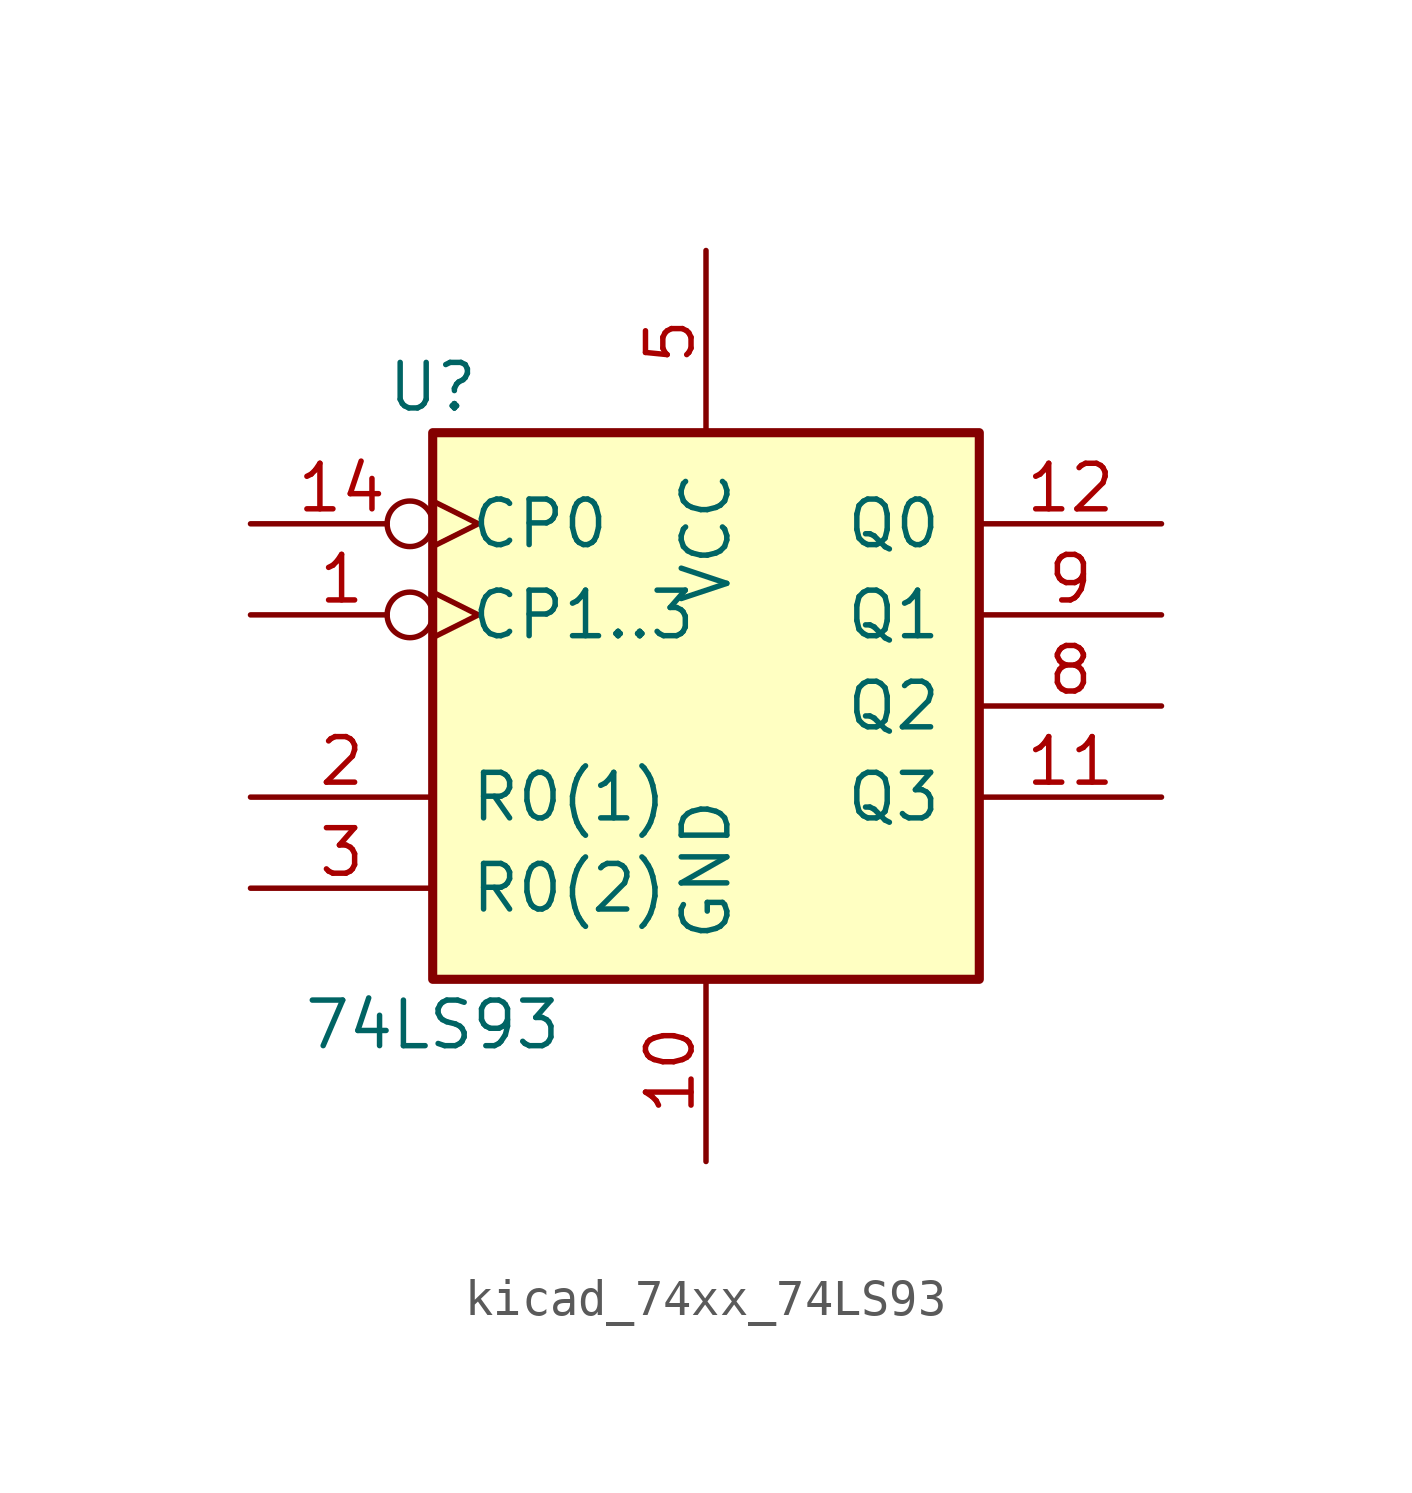
<source format=kicad_sym>
(kicad_symbol_lib
  (version 20220914)
  (generator kicad_symbol_editor)
  (symbol "kicad_74xx_74LS93"
    (pin_names
      (offset 1.016))
    (property "Reference" "U"
      (at -7.62 8.89 0)
      (effects (font (size 1.27 1.27))))
    (property "Value" "74LS93"
      (at -7.62 -8.89 0)
      (effects (font (size 1.27 1.27))))
    (property "ki_locked" ""
      (at 0 0 0)
      (effects (font (size 1.27 1.27))))
    (symbol "kicad_74xx_74LS93_1_0"
      (pin input inverted_clock (at -12.7 2.54 0) (length 5.08) (name "CP1..3" (effects (font (size 1.27 1.27)))) (number "1" (effects (font (size 1.27 1.27)))))
      (pin power_in line (at 0 -12.7 90) (length 5.08) (name "GND" (effects (font (size 1.27 1.27)))) (number "10" (effects (font (size 1.27 1.27)))))
      (pin output line (at 12.7 -2.54 180) (length 5.08) (name "Q3" (effects (font (size 1.27 1.27)))) (number "11" (effects (font (size 1.27 1.27)))))
      (pin output line (at 12.7 5.08 180) (length 5.08) (name "Q0" (effects (font (size 1.27 1.27)))) (number "12" (effects (font (size 1.27 1.27)))))
      (pin input inverted_clock (at -12.7 5.08 0) (length 5.08) (name "CP0" (effects (font (size 1.27 1.27)))) (number "14" (effects (font (size 1.27 1.27)))))
      (pin input line (at -12.7 -2.54 0) (length 5.08) (name "R0(1)" (effects (font (size 1.27 1.27)))) (number "2" (effects (font (size 1.27 1.27)))))
      (pin input line (at -12.7 -5.08 0) (length 5.08) (name "R0(2)" (effects (font (size 1.27 1.27)))) (number "3" (effects (font (size 1.27 1.27)))))
      (pin power_in line (at 0 12.7 270) (length 5.08) (name "VCC" (effects (font (size 1.27 1.27)))) (number "5" (effects (font (size 1.27 1.27)))))
      (pin output line (at 12.7 0 180) (length 5.08) (name "Q2" (effects (font (size 1.27 1.27)))) (number "8" (effects (font (size 1.27 1.27)))))
      (pin output line (at 12.7 2.54 180) (length 5.08) (name "Q1" (effects (font (size 1.27 1.27)))) (number "9" (effects (font (size 1.27 1.27))))))
    (symbol "kicad_74xx_74LS93_1_1"
      (rectangle (start -7.62 7.62) (end 7.62 -7.62) (stroke (width 0.254) (type default)) (fill (type background))))))
</source>
